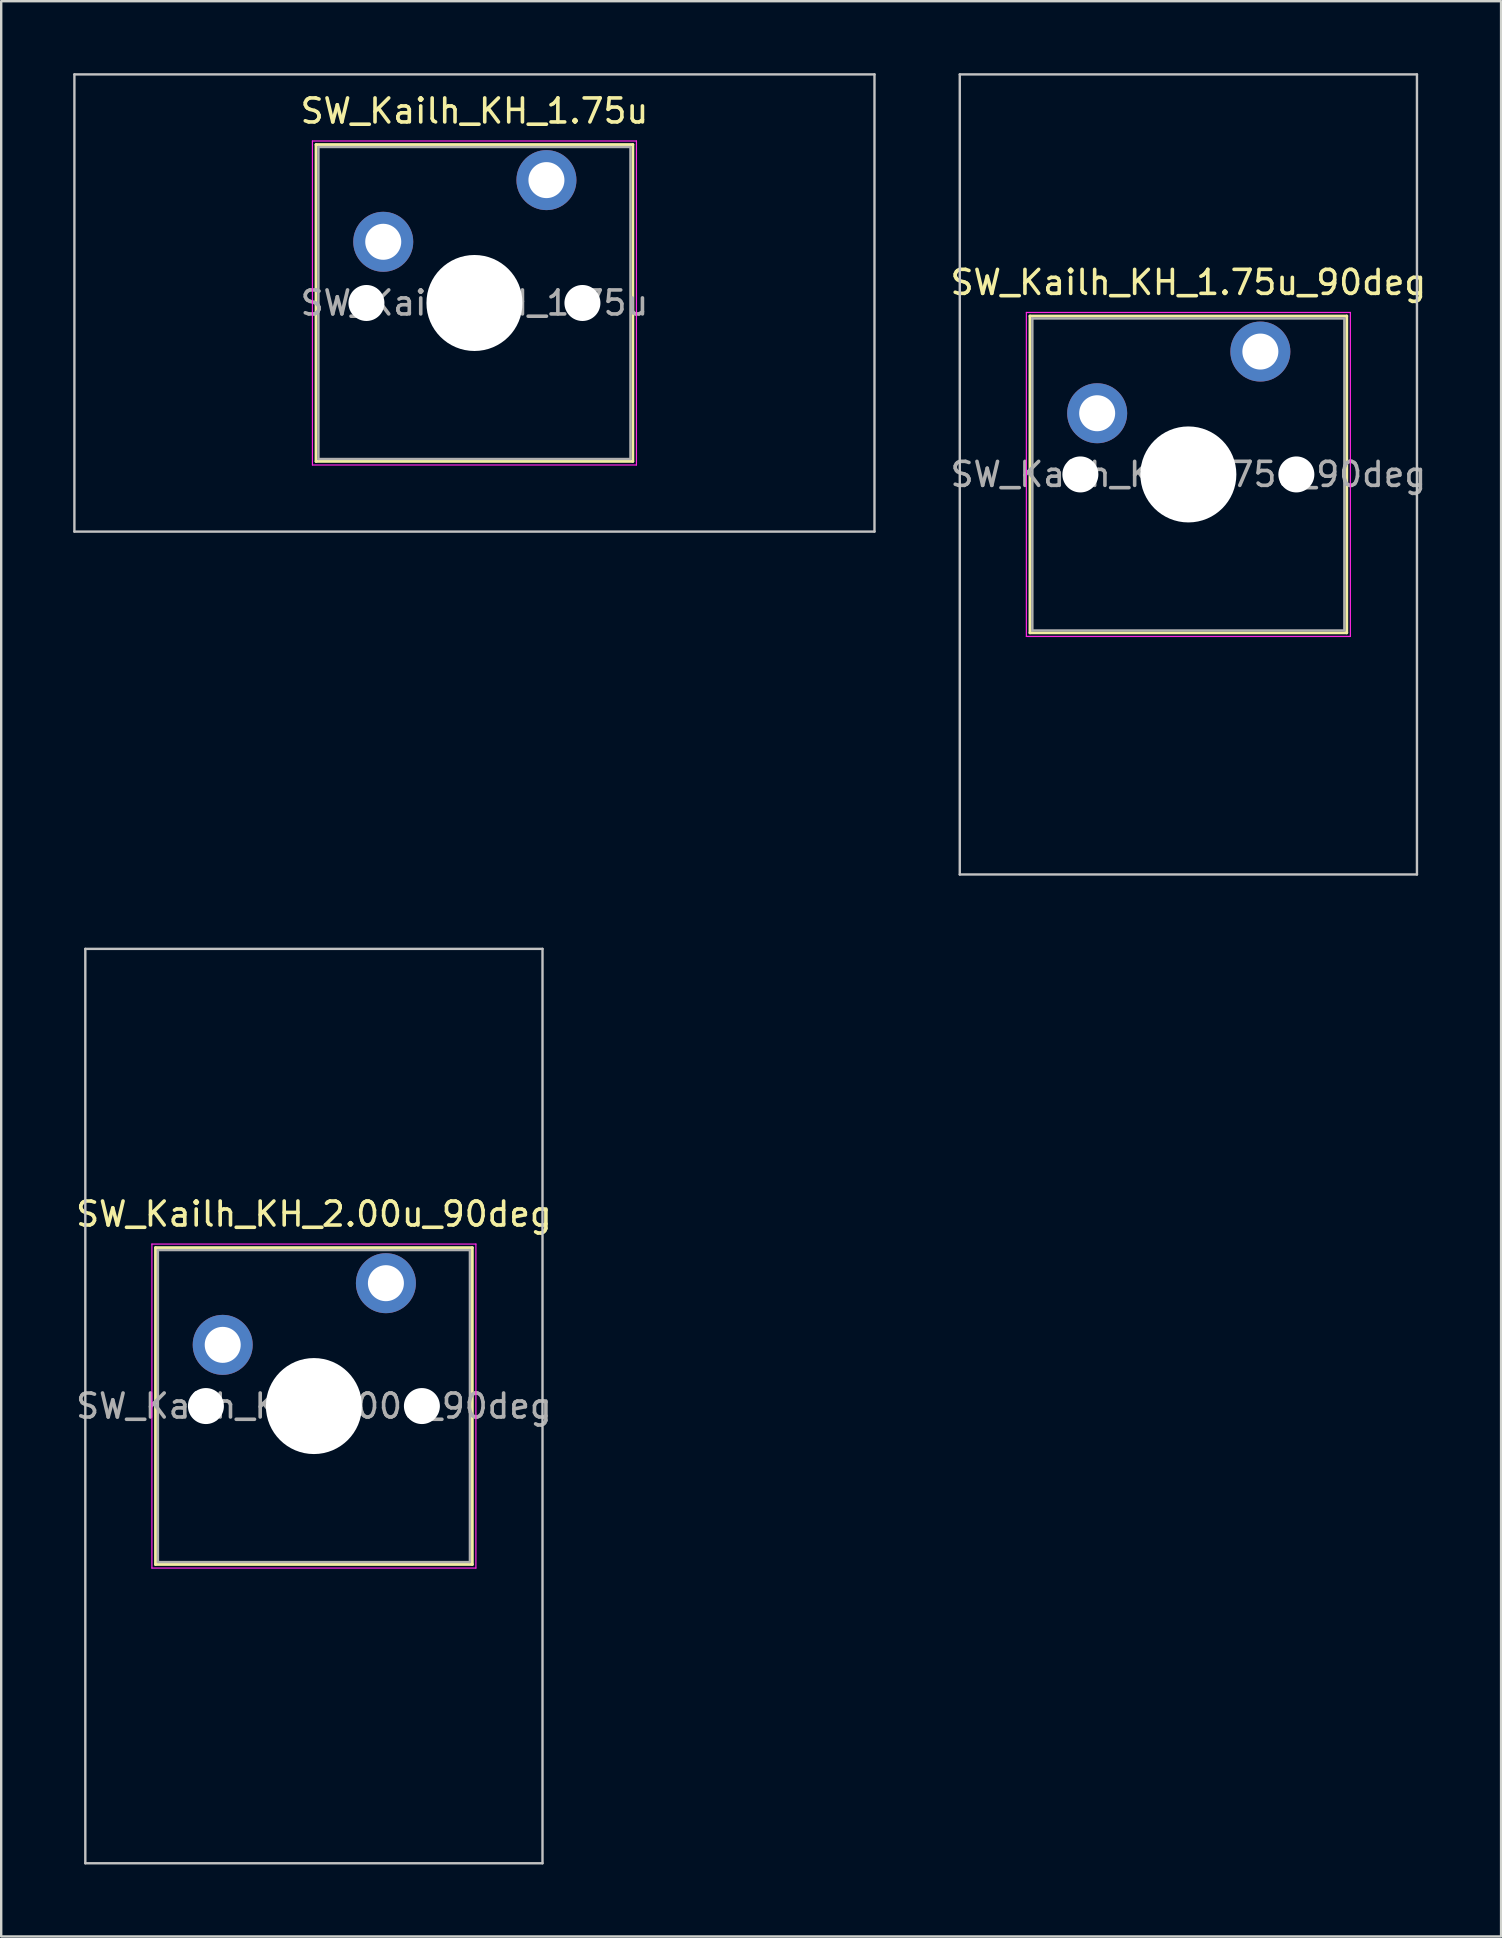
<source format=kicad_pcb>
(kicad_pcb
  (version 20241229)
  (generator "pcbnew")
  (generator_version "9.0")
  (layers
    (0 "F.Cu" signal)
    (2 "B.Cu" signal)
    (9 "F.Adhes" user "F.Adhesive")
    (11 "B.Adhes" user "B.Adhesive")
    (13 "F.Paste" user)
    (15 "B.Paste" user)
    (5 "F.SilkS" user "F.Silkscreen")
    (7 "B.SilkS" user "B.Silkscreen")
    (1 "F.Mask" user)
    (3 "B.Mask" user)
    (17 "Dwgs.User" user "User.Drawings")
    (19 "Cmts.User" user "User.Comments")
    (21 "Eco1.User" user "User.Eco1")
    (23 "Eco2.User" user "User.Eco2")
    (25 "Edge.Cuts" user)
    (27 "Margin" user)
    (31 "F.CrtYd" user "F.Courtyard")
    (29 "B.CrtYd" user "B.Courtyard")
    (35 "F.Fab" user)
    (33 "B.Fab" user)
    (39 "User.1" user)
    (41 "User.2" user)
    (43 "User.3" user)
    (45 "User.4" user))
  (footprint "SW_Kailh_KH_1.75u_90deg"
    (layer "F.Cu")
    (at 46.467 16.719)
    (property "Reference" "SW_Kailh_KH_1.75u_90deg" (at 0 -8 0) (layer "F.SilkS") (effects (font (size 1 1) (thickness 0.15))))
    (attr through_hole)
    (fp_line (start -6.6 -6.6) (end -6.6 6.6) (stroke (width 0.12) (type solid)) (layer "F.SilkS"))
    (fp_line (start -6.6 6.6) (end 6.6 6.6) (stroke (width 0.12) (type solid)) (layer "F.SilkS"))
    (fp_line (start 6.6 -6.6) (end -6.6 -6.6) (stroke (width 0.12) (type solid)) (layer "F.SilkS"))
    (fp_line (start 6.6 6.6) (end 6.6 -6.6) (stroke (width 0.12) (type solid)) (layer "F.SilkS"))
    (fp_line (start -9.525 -16.669) (end 9.525 -16.669) (stroke (width 0.1) (type solid)) (layer "Dwgs.User"))
    (fp_line (start -9.525 16.669) (end -9.525 -16.669) (stroke (width 0.1) (type solid)) (layer "Dwgs.User"))
    (fp_line (start 9.525 -16.669) (end 9.525 16.669) (stroke (width 0.1) (type solid)) (layer "Dwgs.User"))
    (fp_line (start 9.525 16.669) (end -9.525 16.669) (stroke (width 0.1) (type solid)) (layer "Dwgs.User"))
    (fp_line (start -6.1 -6.1) (end -6.1 6.1) (stroke (width 0.1) (type solid)) (layer "Eco1.User"))
    (fp_line (start -6.1 6.1) (end 6.1 6.1) (stroke (width 0.1) (type solid)) (layer "Eco1.User"))
    (fp_line (start 6.1 -6.1) (end -6.1 -6.1) (stroke (width 0.1) (type solid)) (layer "Eco1.User"))
    (fp_line (start 6.1 6.1) (end 6.1 -6.1) (stroke (width 0.1) (type solid)) (layer "Eco1.User"))
    (fp_line (start -6.75 -6.75) (end -6.75 6.75) (stroke (width 0.05) (type solid)) (layer "F.CrtYd"))
    (fp_line (start -6.75 6.75) (end 6.75 6.75) (stroke (width 0.05) (type solid)) (layer "F.CrtYd"))
    (fp_line (start 6.75 -6.75) (end -6.75 -6.75) (stroke (width 0.05) (type solid)) (layer "F.CrtYd"))
    (fp_line (start 6.75 6.75) (end 6.75 -6.75) (stroke (width 0.05) (type solid)) (layer "F.CrtYd"))
    (fp_line (start -6.5 -6.5) (end -6.5 6.5) (stroke (width 0.1) (type solid)) (layer "F.Fab"))
    (fp_line (start -6.5 6.5) (end 6.5 6.5) (stroke (width 0.1) (type solid)) (layer "F.Fab"))
    (fp_line (start 6.5 -6.5) (end -6.5 -6.5) (stroke (width 0.1) (type solid)) (layer "F.Fab"))
    (fp_line (start 6.5 6.5) (end 6.5 -6.5) (stroke (width 0.1) (type solid)) (layer "F.Fab"))
    (fp_text user "${REFERENCE}" (at 0 0 0) (layer "F.Fab") (effects (font (size 1 1) (thickness 0.15))))
    (pad "" np_thru_hole circle (at -4.5 0) (size 1.5 1.5) (drill 1.5) (layers "*.Cu" "*.Mask"))
    (pad "" smd circle (at -3.8 -2.55) (size 1.55 1.55) (layers "F.Mask"))
    (pad "" np_thru_hole circle (at 0 0) (size 4 4) (drill 4) (layers "*.Cu" "*.Mask"))
    (pad "" smd circle (at 3 -5.12) (size 1.55 1.55) (layers "F.Mask"))
    (pad "" np_thru_hole circle (at 4.5 0) (size 1.5 1.5) (drill 1.5) (layers "*.Cu" "*.Mask"))
    (pad "1" thru_hole circle (at -3.8 -2.55) (size 2.5 2.5) (drill 1.5) (layers "*.Cu" "B.Mask"))
    (pad "2" thru_hole circle (at 3 -5.12) (size 2.5 2.5) (drill 1.5) (layers "*.Cu" "B.Mask")))
  (footprint "SW_Kailh_KH_1.75u"
    (layer "F.Cu")
    (at 16.719 9.575)
    (property "Reference" "SW_Kailh_KH_1.75u" (at 0 -8 0) (layer "F.SilkS") (effects (font (size 1 1) (thickness 0.15))))
    (attr through_hole)
    (fp_line (start -6.6 -6.6) (end -6.6 6.6) (stroke (width 0.12) (type solid)) (layer "F.SilkS"))
    (fp_line (start -6.6 6.6) (end 6.6 6.6) (stroke (width 0.12) (type solid)) (layer "F.SilkS"))
    (fp_line (start 6.6 -6.6) (end -6.6 -6.6) (stroke (width 0.12) (type solid)) (layer "F.SilkS"))
    (fp_line (start 6.6 6.6) (end 6.6 -6.6) (stroke (width 0.12) (type solid)) (layer "F.SilkS"))
    (fp_line (start -16.669 -9.525) (end -16.669 9.525) (stroke (width 0.1) (type solid)) (layer "Dwgs.User"))
    (fp_line (start -16.669 9.525) (end 16.669 9.525) (stroke (width 0.1) (type solid)) (layer "Dwgs.User"))
    (fp_line (start 16.669 -9.525) (end -16.669 -9.525) (stroke (width 0.1) (type solid)) (layer "Dwgs.User"))
    (fp_line (start 16.669 9.525) (end 16.669 -9.525) (stroke (width 0.1) (type solid)) (layer "Dwgs.User"))
    (fp_line (start -6.1 -6.1) (end -6.1 6.1) (stroke (width 0.1) (type solid)) (layer "Eco1.User"))
    (fp_line (start -6.1 6.1) (end 6.1 6.1) (stroke (width 0.1) (type solid)) (layer "Eco1.User"))
    (fp_line (start 6.1 -6.1) (end -6.1 -6.1) (stroke (width 0.1) (type solid)) (layer "Eco1.User"))
    (fp_line (start 6.1 6.1) (end 6.1 -6.1) (stroke (width 0.1) (type solid)) (layer "Eco1.User"))
    (fp_line (start -6.75 -6.75) (end -6.75 6.75) (stroke (width 0.05) (type solid)) (layer "F.CrtYd"))
    (fp_line (start -6.75 6.75) (end 6.75 6.75) (stroke (width 0.05) (type solid)) (layer "F.CrtYd"))
    (fp_line (start 6.75 -6.75) (end -6.75 -6.75) (stroke (width 0.05) (type solid)) (layer "F.CrtYd"))
    (fp_line (start 6.75 6.75) (end 6.75 -6.75) (stroke (width 0.05) (type solid)) (layer "F.CrtYd"))
    (fp_line (start -6.5 -6.5) (end -6.5 6.5) (stroke (width 0.1) (type solid)) (layer "F.Fab"))
    (fp_line (start -6.5 6.5) (end 6.5 6.5) (stroke (width 0.1) (type solid)) (layer "F.Fab"))
    (fp_line (start 6.5 -6.5) (end -6.5 -6.5) (stroke (width 0.1) (type solid)) (layer "F.Fab"))
    (fp_line (start 6.5 6.5) (end 6.5 -6.5) (stroke (width 0.1) (type solid)) (layer "F.Fab"))
    (fp_text user "${REFERENCE}" (at 0 0 0) (layer "F.Fab") (effects (font (size 1 1) (thickness 0.15))))
    (pad "" np_thru_hole circle (at -4.5 0) (size 1.5 1.5) (drill 1.5) (layers "*.Cu" "*.Mask"))
    (pad "" smd circle (at -3.8 -2.55) (size 1.55 1.55) (layers "F.Mask"))
    (pad "" np_thru_hole circle (at 0 0) (size 4 4) (drill 4) (layers "*.Cu" "*.Mask"))
    (pad "" smd circle (at 3 -5.12) (size 1.55 1.55) (layers "F.Mask"))
    (pad "" np_thru_hole circle (at 4.5 0) (size 1.5 1.5) (drill 1.5) (layers "*.Cu" "*.Mask"))
    (pad "1" thru_hole circle (at -3.8 -2.55) (size 2.5 2.5) (drill 1.5) (layers "*.Cu" "B.Mask"))
    (pad "2" thru_hole circle (at 3 -5.12) (size 2.5 2.5) (drill 1.5) (layers "*.Cu" "B.Mask")))
  (footprint "SW_Kailh_KH_2.00u_90deg"
    (layer "F.Cu")
    (at 10.03 55.538)
    (property "Reference" "SW_Kailh_KH_2.00u_90deg" (at 0 -8 0) (layer "F.SilkS") (effects (font (size 1 1) (thickness 0.15))))
    (attr through_hole)
    (fp_line (start -6.6 -6.6) (end -6.6 6.6) (stroke (width 0.12) (type solid)) (layer "F.SilkS"))
    (fp_line (start -6.6 6.6) (end 6.6 6.6) (stroke (width 0.12) (type solid)) (layer "F.SilkS"))
    (fp_line (start 6.6 -6.6) (end -6.6 -6.6) (stroke (width 0.12) (type solid)) (layer "F.SilkS"))
    (fp_line (start 6.6 6.6) (end 6.6 -6.6) (stroke (width 0.12) (type solid)) (layer "F.SilkS"))
    (fp_line (start -9.525 -19.05) (end 9.525 -19.05) (stroke (width 0.1) (type solid)) (layer "Dwgs.User"))
    (fp_line (start -9.525 19.05) (end -9.525 -19.05) (stroke (width 0.1) (type solid)) (layer "Dwgs.User"))
    (fp_line (start 9.525 -19.05) (end 9.525 19.05) (stroke (width 0.1) (type solid)) (layer "Dwgs.User"))
    (fp_line (start 9.525 19.05) (end -9.525 19.05) (stroke (width 0.1) (type solid)) (layer "Dwgs.User"))
    (fp_line (start -6.1 -6.1) (end -6.1 6.1) (stroke (width 0.1) (type solid)) (layer "Eco1.User"))
    (fp_line (start -6.1 6.1) (end 6.1 6.1) (stroke (width 0.1) (type solid)) (layer "Eco1.User"))
    (fp_line (start 6.1 -6.1) (end -6.1 -6.1) (stroke (width 0.1) (type solid)) (layer "Eco1.User"))
    (fp_line (start 6.1 6.1) (end 6.1 -6.1) (stroke (width 0.1) (type solid)) (layer "Eco1.User"))
    (fp_line (start -6.75 -6.75) (end -6.75 6.75) (stroke (width 0.05) (type solid)) (layer "F.CrtYd"))
    (fp_line (start -6.75 6.75) (end 6.75 6.75) (stroke (width 0.05) (type solid)) (layer "F.CrtYd"))
    (fp_line (start 6.75 -6.75) (end -6.75 -6.75) (stroke (width 0.05) (type solid)) (layer "F.CrtYd"))
    (fp_line (start 6.75 6.75) (end 6.75 -6.75) (stroke (width 0.05) (type solid)) (layer "F.CrtYd"))
    (fp_line (start -6.5 -6.5) (end -6.5 6.5) (stroke (width 0.1) (type solid)) (layer "F.Fab"))
    (fp_line (start -6.5 6.5) (end 6.5 6.5) (stroke (width 0.1) (type solid)) (layer "F.Fab"))
    (fp_line (start 6.5 -6.5) (end -6.5 -6.5) (stroke (width 0.1) (type solid)) (layer "F.Fab"))
    (fp_line (start 6.5 6.5) (end 6.5 -6.5) (stroke (width 0.1) (type solid)) (layer "F.Fab"))
    (fp_text user "${REFERENCE}" (at 0 0 0) (layer "F.Fab") (effects (font (size 1 1) (thickness 0.15))))
    (pad "" np_thru_hole circle (at -4.5 0) (size 1.5 1.5) (drill 1.5) (layers "*.Cu" "*.Mask"))
    (pad "" smd circle (at -3.8 -2.55) (size 1.55 1.55) (layers "F.Mask"))
    (pad "" np_thru_hole circle (at 0 0) (size 4 4) (drill 4) (layers "*.Cu" "*.Mask"))
    (pad "" smd circle (at 3 -5.12) (size 1.55 1.55) (layers "F.Mask"))
    (pad "" np_thru_hole circle (at 4.5 0) (size 1.5 1.5) (drill 1.5) (layers "*.Cu" "*.Mask"))
    (pad "1" thru_hole circle (at -3.8 -2.55) (size 2.5 2.5) (drill 1.5) (layers "*.Cu" "B.Mask"))
    (pad "2" thru_hole circle (at 3 -5.12) (size 2.5 2.5) (drill 1.5) (layers "*.Cu" "B.Mask")))
  (gr_rect
    (start -3 -3)
    (end 59.497 77.638)
    (stroke (width 0.1) (type default))
    (fill no)
    (layer "Edge.Cuts")))
</source>
